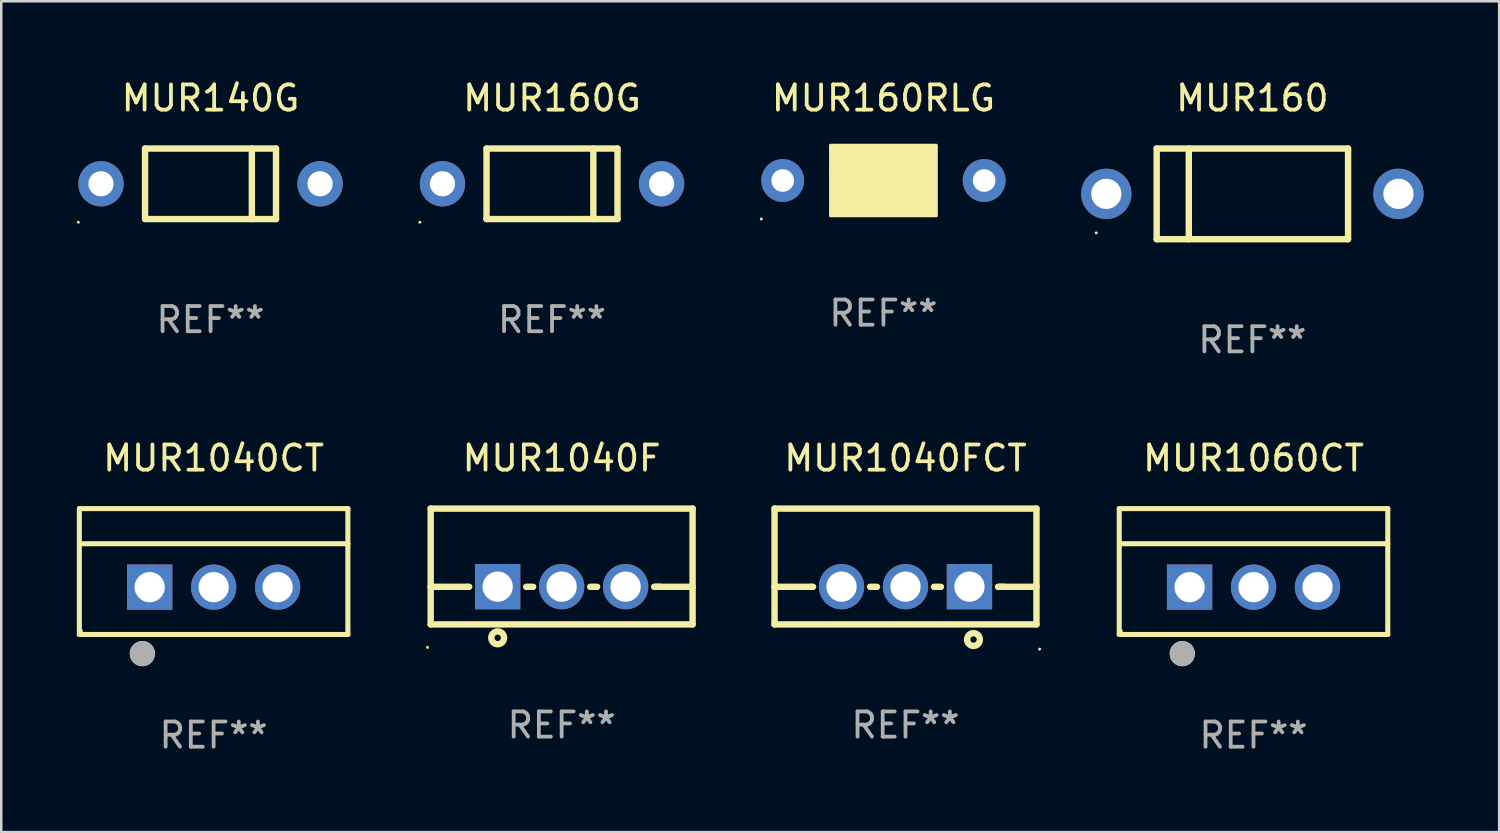
<source format=kicad_pcb>
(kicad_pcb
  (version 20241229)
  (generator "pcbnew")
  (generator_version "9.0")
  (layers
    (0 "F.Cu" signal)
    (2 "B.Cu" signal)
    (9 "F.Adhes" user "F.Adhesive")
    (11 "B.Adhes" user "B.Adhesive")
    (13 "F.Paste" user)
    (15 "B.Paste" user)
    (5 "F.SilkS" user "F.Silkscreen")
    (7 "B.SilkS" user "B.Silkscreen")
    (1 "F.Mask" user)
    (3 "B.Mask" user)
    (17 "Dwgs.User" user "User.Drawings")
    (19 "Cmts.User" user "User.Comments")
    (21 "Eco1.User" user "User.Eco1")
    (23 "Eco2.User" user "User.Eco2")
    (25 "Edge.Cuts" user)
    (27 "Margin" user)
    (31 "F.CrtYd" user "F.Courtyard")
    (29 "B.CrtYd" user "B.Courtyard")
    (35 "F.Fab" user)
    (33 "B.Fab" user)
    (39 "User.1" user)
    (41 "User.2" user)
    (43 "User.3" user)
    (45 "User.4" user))
  (footprint "MUR1040CT"
    (layer "F.Cu")
    (at 5.432 19.645)
    (property "Reference" "MUR1040CT" (at 0 -4.5 0) (layer "F.SilkS") (effects (font (size 1 1) (thickness 0.15))))
    (attr through_hole)
    (fp_line (start -5.332 2.5) (end -5.332 -2.5) (stroke (width 0.201) (type solid)) (layer "F.SilkS"))
    (fp_line (start -5.328 -2.5) (end 5.332 -2.5) (stroke (width 0.201) (type solid)) (layer "F.SilkS"))
    (fp_line (start -5.328 -1.104) (end 5.332 -1.104) (stroke (width 0.201) (type solid)) (layer "F.SilkS"))
    (fp_line (start 5.332 -2.5) (end 5.332 2.5) (stroke (width 0.201) (type solid)) (layer "F.SilkS"))
    (fp_line (start 5.332 2.5) (end -5.332 2.5) (stroke (width 0.201) (type solid)) (layer "F.SilkS"))
    (fp_circle (center -5.248 2.35) (end -5.218 2.35) (stroke (width 0.06) (type solid)) (fill no) (layer "F.SilkS"))
    (fp_circle (center -2.828 3.26) (end -2.578 3.26) (stroke (width 0.5) (type solid)) (fill no) (layer "F.SilkS"))
    (fp_circle (center -2.828 3.26) (end -2.578 3.26) (stroke (width 0.5) (type solid)) (fill no) (layer "F.Fab"))
    (fp_text user "REF**" (at 0 6.5 0) (layer "F.Fab") (effects (font (size 1 1) (thickness 0.15))))
    (pad "1" thru_hole rect (at -2.538 0.62) (size 1.8 1.8) (drill 1.2) (layers "*.Cu" "*.Mask"))
    (pad "2" thru_hole circle (at 0.002 0.62) (size 1.8 1.8) (drill 1.2) (layers "*.Cu" "*.Mask"))
    (pad "3" thru_hole circle (at 2.542 0.62) (size 1.8 1.8) (drill 1.2) (layers "*.Cu" "*.Mask")))
  (footprint "MUR1060CT"
    (layer "F.Cu")
    (at 46.725 19.645)
    (property "Reference" "MUR1060CT" (at 0 -4.5 0) (layer "F.SilkS") (effects (font (size 1 1) (thickness 0.15))))
    (attr through_hole)
    (fp_line (start -5.332 2.5) (end -5.332 -2.5) (stroke (width 0.201) (type solid)) (layer "F.SilkS"))
    (fp_line (start -5.328 -2.5) (end 5.332 -2.5) (stroke (width 0.201) (type solid)) (layer "F.SilkS"))
    (fp_line (start -5.328 -1.104) (end 5.332 -1.104) (stroke (width 0.201) (type solid)) (layer "F.SilkS"))
    (fp_line (start 5.332 -2.5) (end 5.332 2.5) (stroke (width 0.201) (type solid)) (layer "F.SilkS"))
    (fp_line (start 5.332 2.5) (end -5.332 2.5) (stroke (width 0.201) (type solid)) (layer "F.SilkS"))
    (fp_circle (center -5.248 2.35) (end -5.218 2.35) (stroke (width 0.06) (type solid)) (fill no) (layer "F.SilkS"))
    (fp_circle (center -2.828 3.26) (end -2.578 3.26) (stroke (width 0.5) (type solid)) (fill no) (layer "F.SilkS"))
    (fp_circle (center -2.828 3.26) (end -2.578 3.26) (stroke (width 0.5) (type solid)) (fill no) (layer "F.Fab"))
    (fp_text user "REF**" (at 0 6.5 0) (layer "F.Fab") (effects (font (size 1 1) (thickness 0.15))))
    (pad "1" thru_hole rect (at -2.538 0.62) (size 1.8 1.8) (drill 1.2) (layers "*.Cu" "*.Mask"))
    (pad "2" thru_hole circle (at 0.002 0.62) (size 1.8 1.8) (drill 1.2) (layers "*.Cu" "*.Mask"))
    (pad "3" thru_hole circle (at 2.542 0.62) (size 1.8 1.8) (drill 1.2) (layers "*.Cu" "*.Mask")))
  (footprint "MUR1040F"
    (layer "F.Cu")
    (at 19.252 19.445)
    (property "Reference" "MUR1040F" (at 0 -4.3 0) (layer "F.SilkS") (effects (font (size 1 1) (thickness 0.15))))
    (attr through_hole)
    (fp_line (start -5.2 -2.3) (end -5.2 2.3) (stroke (width 0.254) (type solid)) (layer "F.SilkS"))
    (fp_line (start -5.2 -2.3) (end 5.2 -2.3) (stroke (width 0.254) (type solid)) (layer "F.SilkS"))
    (fp_line (start -5.2 0.807) (end -3.731 0.807) (stroke (width 0.254) (type solid)) (layer "F.SilkS"))
    (fp_line (start -5.2 2.3) (end 5.2 2.3) (stroke (width 0.254) (type solid)) (layer "F.SilkS"))
    (fp_line (start -3.731 0.807) (end -3.671 0.807) (stroke (width 0.254) (type solid)) (layer "F.SilkS"))
    (fp_line (start -1.409 0.807) (end -1.131 0.807) (stroke (width 0.254) (type solid)) (layer "F.SilkS"))
    (fp_line (start 1.131 0.807) (end 1.409 0.807) (stroke (width 0.254) (type solid)) (layer "F.SilkS"))
    (fp_line (start 3.671 0.807) (end 3.926 0.807) (stroke (width 0.254) (type solid)) (layer "F.SilkS"))
    (fp_line (start 3.731 0.807) (end 5.2 0.807) (stroke (width 0.254) (type solid)) (layer "F.SilkS"))
    (fp_line (start 5.2 -2.3) (end 5.2 2.3) (stroke (width 0.254) (type solid)) (layer "F.SilkS"))
    (fp_circle (center -5.327 3.213) (end -5.297 3.213) (stroke (width 0.06) (type solid)) (fill no) (layer "F.SilkS"))
    (fp_circle (center -2.54 2.832) (end -2.286 2.832) (stroke (width 0.254) (type solid)) (fill no) (layer "F.SilkS"))
    (fp_text user "REF**" (at 0 6.3 0) (layer "F.Fab") (effects (font (size 1 1) (thickness 0.15))))
    (pad "1" thru_hole rect (at -2.54 0.8) (size 1.8 1.8) (drill 1.2) (layers "*.Cu" "*.Mask"))
    (pad "2" thru_hole circle (at 0 0.8) (size 1.8 1.8) (drill 1.2) (layers "*.Cu" "*.Mask"))
    (pad "3" thru_hole circle (at 2.54 0.8) (size 1.8 1.8) (drill 1.2) (layers "*.Cu" "*.Mask")))
  (footprint "MUR1040FCT"
    (layer "F.Cu")
    (at 32.906 19.445)
    (property "Reference" "MUR1040FCT" (at 0 -4.3 0) (layer "F.SilkS") (effects (font (size 1 1) (thickness 0.15))))
    (attr through_hole)
    (fp_line (start -5.2 -2.3) (end -5.2 2.3) (stroke (width 0.254) (type solid)) (layer "F.SilkS"))
    (fp_line (start -5.2 -2.3) (end 5.2 -2.3) (stroke (width 0.254) (type solid)) (layer "F.SilkS"))
    (fp_line (start -5.2 0.807) (end -3.731 0.807) (stroke (width 0.254) (type solid)) (layer "F.SilkS"))
    (fp_line (start -5.2 2.3) (end 5.2 2.3) (stroke (width 0.254) (type solid)) (layer "F.SilkS"))
    (fp_line (start -3.731 0.807) (end -3.671 0.807) (stroke (width 0.254) (type solid)) (layer "F.SilkS"))
    (fp_line (start -1.409 0.807) (end -1.131 0.807) (stroke (width 0.254) (type solid)) (layer "F.SilkS"))
    (fp_line (start 1.131 0.807) (end 1.409 0.807) (stroke (width 0.254) (type solid)) (layer "F.SilkS"))
    (fp_line (start 3.671 0.807) (end 3.926 0.807) (stroke (width 0.254) (type solid)) (layer "F.SilkS"))
    (fp_line (start 3.731 0.807) (end 5.2 0.807) (stroke (width 0.254) (type solid)) (layer "F.SilkS"))
    (fp_line (start 5.2 -2.3) (end 5.2 2.3) (stroke (width 0.254) (type solid)) (layer "F.SilkS"))
    (fp_circle (center 2.7 2.9) (end 2.954 2.9) (stroke (width 0.254) (type solid)) (fill no) (layer "F.SilkS"))
    (fp_circle (center 5.327 3.281) (end 5.357 3.281) (stroke (width 0.06) (type solid)) (fill no) (layer "F.SilkS"))
    (fp_text user "REF**" (at 0 6.3 0) (layer "F.Fab") (effects (font (size 1 1) (thickness 0.15))))
    (pad "1" thru_hole rect (at 2.54 0.8) (size 1.8 1.8) (drill 1.2) (layers "*.Cu" "*.Mask"))
    (pad "2" thru_hole circle (at 0 0.8) (size 1.8 1.8) (drill 1.2) (layers "*.Cu" "*.Mask"))
    (pad "3" thru_hole circle (at -2.54 0.8) (size 1.8 1.8) (drill 1.2) (layers "*.Cu" "*.Mask")))
  (footprint "MUR160"
    (layer "F.Cu")
    (at 46.68 4.648)
    (property "Reference" "MUR160" (at 0 -3.8 0) (layer "F.SilkS") (effects (font (size 1 1) (thickness 0.15))))
    (attr through_hole)
    (fp_line (start -3.8 -1.8) (end -3.8 1.8) (stroke (width 0.254) (type solid)) (layer "F.SilkS"))
    (fp_line (start -3.8 -1.8) (end 3.8 -1.8) (stroke (width 0.254) (type solid)) (layer "F.SilkS"))
    (fp_line (start -3.8 1.8) (end 3.8 1.8) (stroke (width 0.254) (type solid)) (layer "F.SilkS"))
    (fp_line (start -2.524 -1.8) (end -2.524 1.8) (stroke (width 0.254) (type solid)) (layer "F.SilkS"))
    (fp_line (start 3.8 -1.8) (end 3.8 1.8) (stroke (width 0.254) (type solid)) (layer "F.SilkS"))
    (fp_circle (center -6.2 1.55) (end -6.17 1.55) (stroke (width 0.06) (type solid)) (fill no) (layer "F.SilkS"))
    (fp_text user "REF**" (at 0 5.8 0) (layer "F.Fab") (effects (font (size 1 1) (thickness 0.15))))
    (pad "1" thru_hole circle (at -5.8 0) (size 2 2) (drill 1.2) (layers "*.Cu" "*.Mask"))
    (pad "2" thru_hole circle (at 5.8 0) (size 2 2) (drill 1.2) (layers "*.Cu" "*.Mask")))
  (footprint "MUR160G"
    (layer "F.Cu")
    (at 18.87 4.248)
    (property "Reference" "MUR160G" (at 0 -3.4 0) (layer "F.SilkS") (effects (font (size 1 1) (thickness 0.15))))
    (attr through_hole)
    (fp_line (start -2.6 1.4) (end -2.6 -1.4) (stroke (width 0.254) (type solid)) (layer "F.SilkS"))
    (fp_line (start 1.641 1.4) (end 1.641 -1.4) (stroke (width 0.254) (type solid)) (layer "F.SilkS"))
    (fp_line (start 2.6 -1.4) (end -2.6 -1.4) (stroke (width 0.254) (type solid)) (layer "F.SilkS"))
    (fp_line (start 2.6 1.4) (end -2.6 1.4) (stroke (width 0.254) (type solid)) (layer "F.SilkS"))
    (fp_line (start 2.6 1.4) (end 2.6 -1.4) (stroke (width 0.254) (type solid)) (layer "F.SilkS"))
    (fp_circle (center -5.25 1.527) (end -5.22 1.527) (stroke (width 0.06) (type solid)) (fill no) (layer "F.SilkS"))
    (fp_text user "REF**" (at 0 5.4 0) (layer "F.Fab") (effects (font (size 1 1) (thickness 0.15))))
    (pad "1" thru_hole circle (at -4.35 0) (size 1.8 1.8) (drill 1) (layers "*.Cu" "*.Mask"))
    (pad "2" thru_hole circle (at 4.35 0) (size 1.8 1.8) (drill 1) (layers "*.Cu" "*.Mask")))
  (footprint "MUR160RLG"
    (layer "F.Cu")
    (at 32.03 4.118)
    (property "Reference" "MUR160RLG" (at 0 -3.27 0) (layer "F.SilkS") (effects (font (size 1 1) (thickness 0.15))))
    (attr through_hole)
    (fp_line (start 1.27 -1.27) (end 1.27 1.27) (stroke (width 0.229) (type solid)) (layer "F.SilkS"))
    (fp_circle (center -4.85 1.527) (end -4.82 1.527) (stroke (width 0.06) (type solid)) (fill no) (layer "F.SilkS"))
    (fp_poly (pts (xy -2.1 -1.4) (xy 2.1 -1.4) (xy 2.1 1.4) (xy -2.1 1.4)) (stroke (width 0.12) (type solid)) (fill yes) (layer "F.SilkS"))
    (fp_text user "REF**" (at 0 5.27 0) (layer "F.Fab") (effects (font (size 1 1) (thickness 0.15))))
    (pad "1" thru_hole circle (at -4 0) (size 1.7 1.7) (drill 0.9) (layers "*.Cu" "*.Mask"))
    (pad "2" thru_hole circle (at 4 0) (size 1.7 1.7) (drill 0.9) (layers "*.Cu" "*.Mask")))
  (footprint "MUR140G"
    (layer "F.Cu")
    (at 5.31 4.248)
    (property "Reference" "MUR140G" (at 0 -3.4 0) (layer "F.SilkS") (effects (font (size 1 1) (thickness 0.15))))
    (attr through_hole)
    (fp_line (start -2.6 1.4) (end -2.6 -1.4) (stroke (width 0.254) (type solid)) (layer "F.SilkS"))
    (fp_line (start 1.641 1.4) (end 1.641 -1.4) (stroke (width 0.254) (type solid)) (layer "F.SilkS"))
    (fp_line (start 2.6 -1.4) (end -2.6 -1.4) (stroke (width 0.254) (type solid)) (layer "F.SilkS"))
    (fp_line (start 2.6 1.4) (end -2.6 1.4) (stroke (width 0.254) (type solid)) (layer "F.SilkS"))
    (fp_line (start 2.6 1.4) (end 2.6 -1.4) (stroke (width 0.254) (type solid)) (layer "F.SilkS"))
    (fp_circle (center -5.25 1.527) (end -5.22 1.527) (stroke (width 0.06) (type solid)) (fill no) (layer "F.SilkS"))
    (fp_text user "REF**" (at 0 5.4 0) (layer "F.Fab") (effects (font (size 1 1) (thickness 0.15))))
    (pad "1" thru_hole circle (at -4.35 0) (size 1.8 1.8) (drill 1) (layers "*.Cu" "*.Mask"))
    (pad "2" thru_hole circle (at 4.35 0) (size 1.8 1.8) (drill 1) (layers "*.Cu" "*.Mask")))
  (gr_rect
    (start -3 -3)
    (end 56.48 29.993)
    (stroke (width 0.1) (type default))
    (fill no)
    (layer "Edge.Cuts")))
</source>
